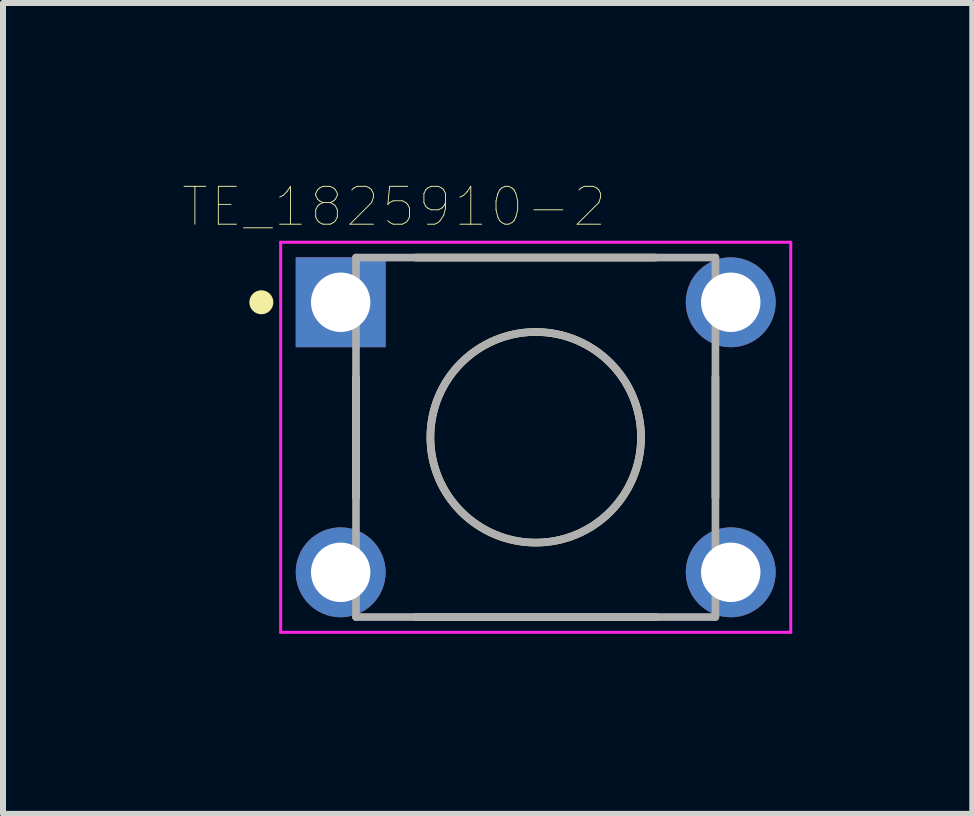
<source format=kicad_pcb>
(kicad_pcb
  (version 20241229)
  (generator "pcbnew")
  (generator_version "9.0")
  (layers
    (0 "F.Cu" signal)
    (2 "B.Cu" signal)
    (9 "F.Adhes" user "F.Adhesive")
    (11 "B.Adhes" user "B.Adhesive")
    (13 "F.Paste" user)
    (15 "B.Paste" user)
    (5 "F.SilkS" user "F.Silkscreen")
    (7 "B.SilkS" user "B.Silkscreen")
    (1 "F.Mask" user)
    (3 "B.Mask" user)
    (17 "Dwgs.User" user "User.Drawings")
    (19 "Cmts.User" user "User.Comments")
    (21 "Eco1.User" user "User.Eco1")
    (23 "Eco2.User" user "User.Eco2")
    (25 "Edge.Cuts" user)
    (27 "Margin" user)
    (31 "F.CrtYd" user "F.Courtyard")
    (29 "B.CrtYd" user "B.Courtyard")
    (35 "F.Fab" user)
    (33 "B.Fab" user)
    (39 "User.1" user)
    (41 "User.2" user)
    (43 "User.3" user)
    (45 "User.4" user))
  (footprint "TE_1825910-2"
    (layer "F.Cu")
    (at 2.627 1.987)
    (property "Reference" "TE_1825910-2" (at 0.891 -1.592 0) (layer "F.SilkS") (effects (font (size 0.631 0.631) (thickness 0.015))))
    (attr through_hole)
    (fp_line (start 0.255 1.25) (end 0.255 3.25) (stroke (width 0.127) (type solid)) (layer "F.SilkS"))
    (fp_line (start 1.25 -0.745) (end 5.25 -0.745) (stroke (width 0.127) (type solid)) (layer "F.SilkS"))
    (fp_line (start 5.25 5.245) (end 1.25 5.245) (stroke (width 0.127) (type solid)) (layer "F.SilkS"))
    (fp_line (start 6.245 1.25) (end 6.245 3.25) (stroke (width 0.127) (type solid)) (layer "F.SilkS"))
    (fp_circle (center -1.322 0) (end -1.222 0) (stroke (width 0.2) (type solid)) (fill no) (layer "F.SilkS"))
    (fp_circle (center 3.25 2.25) (end 5.005 2.25) (stroke (width 0.127) (type solid)) (fill no) (layer "F.SilkS"))
    (fp_line (start -1 -1) (end -1 5.5) (stroke (width 0.05) (type solid)) (layer "F.CrtYd"))
    (fp_line (start -1 5.5) (end 7.5 5.5) (stroke (width 0.05) (type solid)) (layer "F.CrtYd"))
    (fp_line (start 7.5 -1) (end -1 -1) (stroke (width 0.05) (type solid)) (layer "F.CrtYd"))
    (fp_line (start 7.5 5.5) (end 7.5 -1) (stroke (width 0.05) (type solid)) (layer "F.CrtYd"))
    (fp_line (start 0.255 -0.745) (end 0.255 5.245) (stroke (width 0.127) (type solid)) (layer "F.Fab"))
    (fp_line (start 0.255 5.245) (end 6.245 5.245) (stroke (width 0.127) (type solid)) (layer "F.Fab"))
    (fp_line (start 6.245 -0.745) (end 0.255 -0.745) (stroke (width 0.127) (type solid)) (layer "F.Fab"))
    (fp_line (start 6.245 5.245) (end 6.245 -0.745) (stroke (width 0.127) (type solid)) (layer "F.Fab"))
    (fp_circle (center 3.25 2.25) (end 5.005 2.25) (stroke (width 0.127) (type solid)) (fill no) (layer "F.Fab"))
    (pad "1" thru_hole rect (at 0 0) (size 1.498 1.498) (drill 0.99) (layers "*.Cu" "*.Mask"))
    (pad "2" thru_hole circle (at 6.5 0) (size 1.498 1.498) (drill 0.99) (layers "*.Cu" "*.Mask"))
    (pad "3" thru_hole circle (at 0 4.5) (size 1.498 1.498) (drill 0.99) (layers "*.Cu" "*.Mask"))
    (pad "4" thru_hole circle (at 6.5 4.5) (size 1.498 1.498) (drill 0.99) (layers "*.Cu" "*.Mask")))
  (gr_rect
    (start -3 -3)
    (end 13.152 10.512)
    (stroke (width 0.1) (type default))
    (fill no)
    (layer "Edge.Cuts")))
</source>
